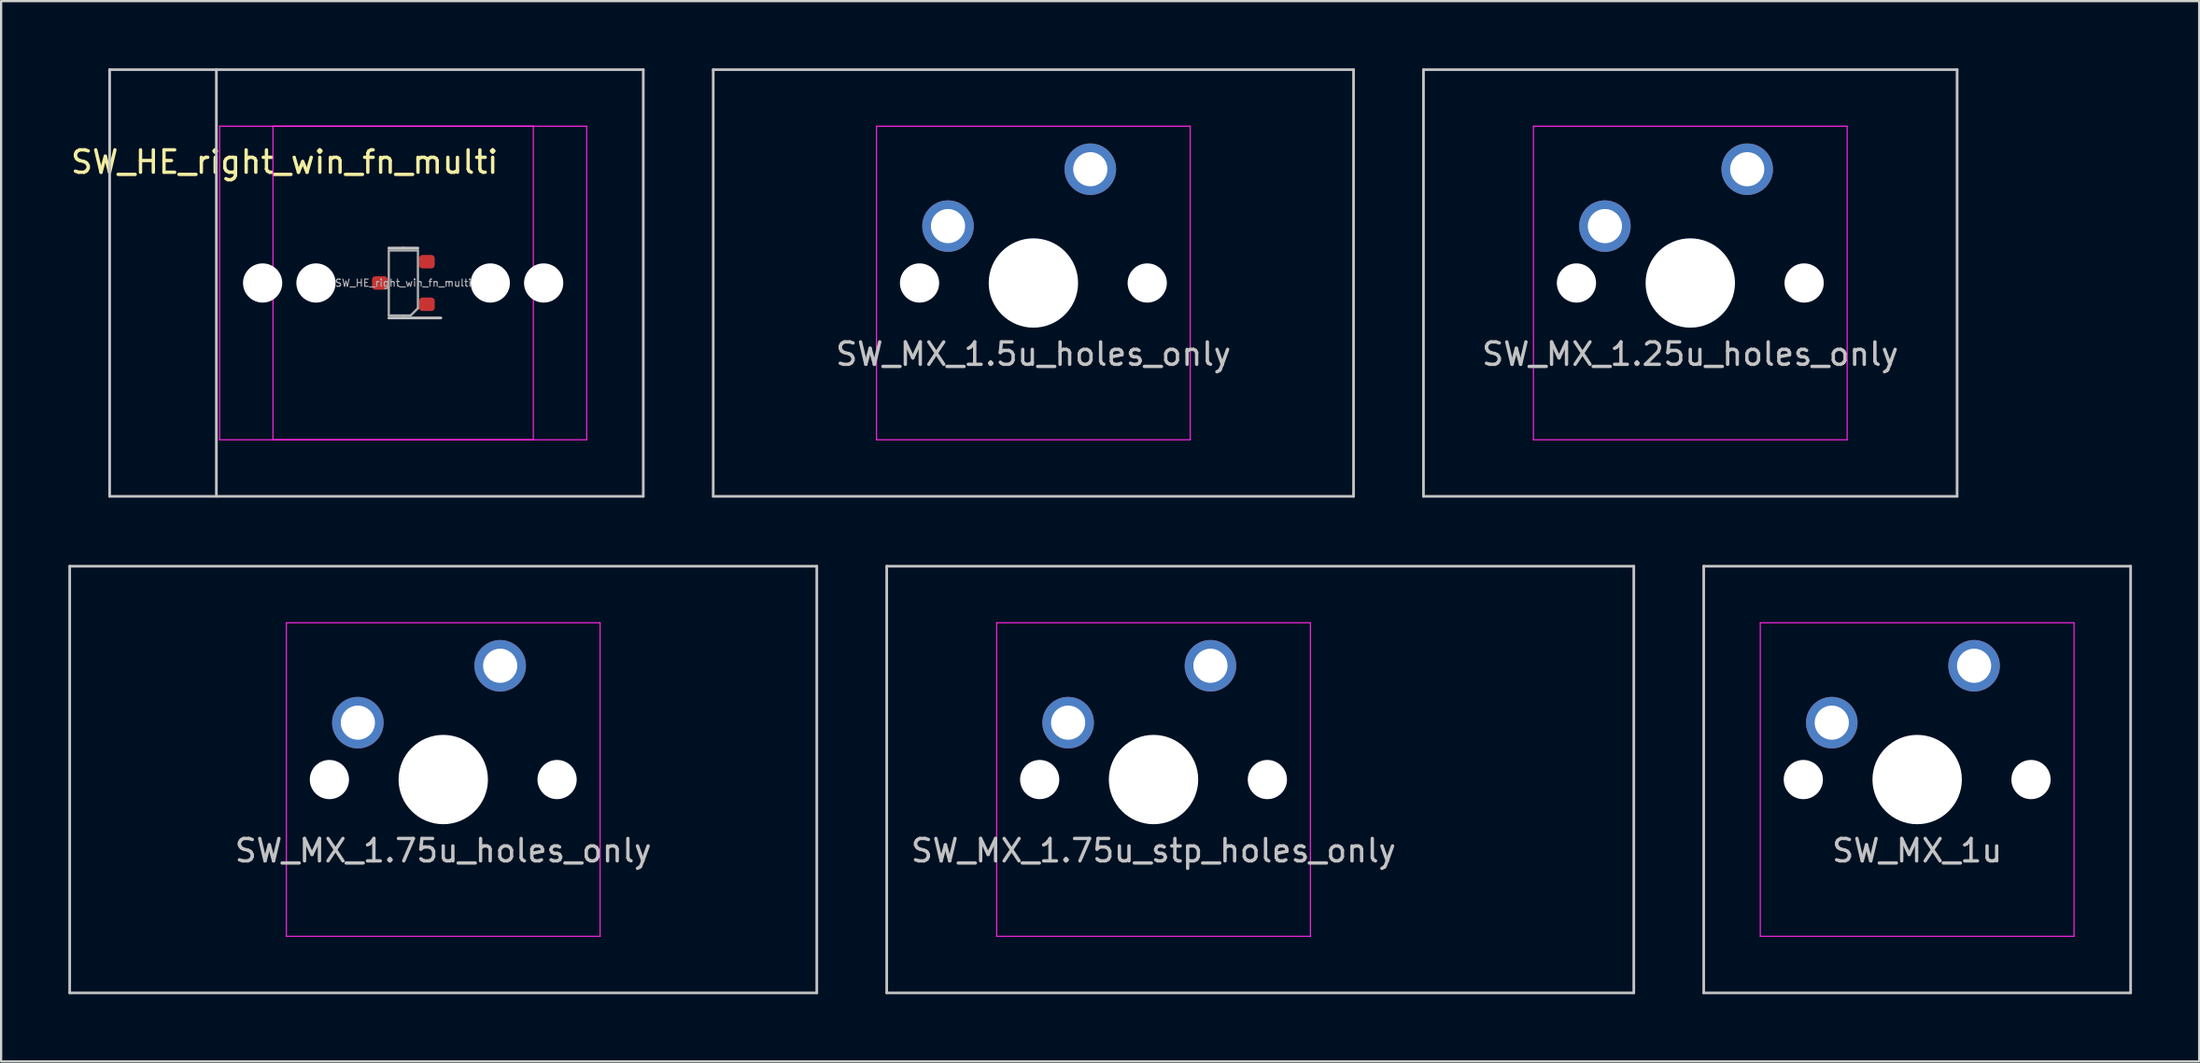
<source format=kicad_pcb>
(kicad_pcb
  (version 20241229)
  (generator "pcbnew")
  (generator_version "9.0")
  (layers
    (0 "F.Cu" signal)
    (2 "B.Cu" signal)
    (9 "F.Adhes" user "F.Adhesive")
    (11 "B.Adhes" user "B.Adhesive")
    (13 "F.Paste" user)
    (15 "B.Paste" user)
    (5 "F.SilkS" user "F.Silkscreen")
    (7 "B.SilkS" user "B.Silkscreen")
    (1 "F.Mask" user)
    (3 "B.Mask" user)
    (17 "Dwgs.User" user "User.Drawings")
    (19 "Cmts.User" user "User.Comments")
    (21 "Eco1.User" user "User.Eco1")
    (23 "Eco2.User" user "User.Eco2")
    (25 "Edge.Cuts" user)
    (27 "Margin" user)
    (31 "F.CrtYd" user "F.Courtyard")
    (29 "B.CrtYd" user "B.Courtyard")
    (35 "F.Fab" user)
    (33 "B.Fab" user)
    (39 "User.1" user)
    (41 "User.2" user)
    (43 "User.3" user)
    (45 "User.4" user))
  (footprint "SW_HE_right_win_fn_multi"
    (layer "F.Cu")
    (at 13.749 9.585)
    (property "Reference" "SW_HE_right_win_fn_multi" (at -4.1 -5.4 0) (layer "F.SilkS") (effects (font (size 1 1) (thickness 0.15))))
    (attr through_hole exclude_from_pos_files exclude_from_bom)
    (fp_line (start -11.906 -9.525) (end -11.906 9.525) (stroke (width 0.12) (type solid)) (layer "Dwgs.User"))
    (fp_line (start -11.906 9.525) (end 11.906 9.525) (stroke (width 0.12) (type solid)) (layer "Dwgs.User"))
    (fp_line (start -7.144 -9.525) (end -7.144 9.525) (stroke (width 0.12) (type solid)) (layer "Dwgs.User"))
    (fp_line (start 1.2 -1.56) (end 0.55 -1.56) (stroke (width 0.12) (type solid)) (layer "Dwgs.User"))
    (fp_line (start 1.2 -1.56) (end 1.85 -1.56) (stroke (width 0.12) (type solid)) (layer "Dwgs.User"))
    (fp_line (start 1.2 1.56) (end 0.55 1.56) (stroke (width 0.12) (type solid)) (layer "Dwgs.User"))
    (fp_line (start 1.2 1.56) (end 2.875 1.56) (stroke (width 0.12) (type solid)) (layer "Dwgs.User"))
    (fp_line (start 11.906 -9.525) (end -11.906 -9.525) (stroke (width 0.12) (type solid)) (layer "Dwgs.User"))
    (fp_line (start 11.906 9.525) (end 11.906 -9.525) (stroke (width 0.12) (type solid)) (layer "Dwgs.User"))
    (fp_line (start -7 6.5) (end -7 -6.5) (stroke (width 0.05) (type solid)) (layer "Eco2.User"))
    (fp_line (start -6.5 -7) (end 6.5 -7) (stroke (width 0.05) (type solid)) (layer "Eco2.User"))
    (fp_line (start -4.619 6.5) (end -4.619 -6.5) (stroke (width 0.05) (type solid)) (layer "Eco2.User"))
    (fp_line (start -4.119 -7) (end 8.881 -7) (stroke (width 0.05) (type solid)) (layer "Eco2.User"))
    (fp_line (start 6.5 7) (end -6.5 7) (stroke (width 0.05) (type solid)) (layer "Eco2.User"))
    (fp_line (start 7 -6.5) (end 7 6.5) (stroke (width 0.05) (type solid)) (layer "Eco2.User"))
    (fp_line (start 8.881 7) (end -4.119 7) (stroke (width 0.05) (type solid)) (layer "Eco2.User"))
    (fp_line (start 9.381 -6.5) (end 9.381 6.5) (stroke (width 0.05) (type solid)) (layer "Eco2.User"))
    (fp_arc (start -7 -6.5) (mid -6.853553 -6.853553) (end -6.5 -7) (stroke (width 0.05) (type solid)) (layer "Eco2.User"))
    (fp_arc (start -6.5 7) (mid -6.853553 6.853553) (end -7 6.5) (stroke (width 0.05) (type solid)) (layer "Eco2.User"))
    (fp_arc (start -4.61875 -6.5) (mid -4.472303 -6.853553) (end -4.11875 -7) (stroke (width 0.05) (type solid)) (layer "Eco2.User"))
    (fp_arc (start -4.11875 7) (mid -4.472303 6.853553) (end -4.61875 6.5) (stroke (width 0.05) (type solid)) (layer "Eco2.User"))
    (fp_arc (start 6.5 -7) (mid 6.853524 -6.853524) (end 7 -6.5) (stroke (width 0.05) (type solid)) (layer "Eco2.User"))
    (fp_arc (start 6.997236 6.498884) (mid 6.850794 6.852443) (end 6.497236 6.998884) (stroke (width 0.05) (type solid)) (layer "Eco2.User"))
    (fp_arc (start 8.88125 -7) (mid 9.234803 -6.853553) (end 9.38125 -6.5) (stroke (width 0.05) (type solid)) (layer "Eco2.User"))
    (fp_arc (start 9.378486 6.498884) (mid 9.232041 6.852425) (end 8.878486 6.998884) (stroke (width 0.05) (type solid)) (layer "Eco2.User"))
    (fp_line (start -7 -7) (end -7 7) (stroke (width 0.05) (type solid)) (layer "F.CrtYd"))
    (fp_line (start -7 7) (end 7 7) (stroke (width 0.05) (type solid)) (layer "F.CrtYd"))
    (fp_line (start -4.619 -7) (end -4.619 7) (stroke (width 0.05) (type solid)) (layer "F.CrtYd"))
    (fp_line (start -4.619 7) (end 9.381 7) (stroke (width 0.05) (type solid)) (layer "F.CrtYd"))
    (fp_line (start 7 -7) (end -7 -7) (stroke (width 0.05) (type solid)) (layer "F.CrtYd"))
    (fp_line (start 7 7) (end 7 -7) (stroke (width 0.05) (type solid)) (layer "F.CrtYd"))
    (fp_line (start 9.381 -7) (end -4.619 -7) (stroke (width 0.05) (type solid)) (layer "F.CrtYd"))
    (fp_line (start 9.381 7) (end 9.381 -7) (stroke (width 0.05) (type solid)) (layer "F.CrtYd"))
    (fp_line (start 0.55 -1.45) (end 1.85 -1.45) (stroke (width 0.1) (type solid)) (layer "F.Fab"))
    (fp_line (start 0.55 1.45) (end 0.55 -1.45) (stroke (width 0.1) (type solid)) (layer "F.Fab"))
    (fp_line (start 1.525 1.45) (end 0.55 1.45) (stroke (width 0.1) (type solid)) (layer "F.Fab"))
    (fp_line (start 1.85 -1.45) (end 1.85 1.125) (stroke (width 0.1) (type solid)) (layer "F.Fab"))
    (fp_line (start 1.85 1.125) (end 1.525 1.45) (stroke (width 0.1) (type solid)) (layer "F.Fab"))
    (fp_text user "${REFERENCE}" (at 1.2 0 180) (layer "F.Fab") (effects (font (size 0.32 0.32) (thickness 0.05))))
    (pad "" np_thru_hole circle (at -5.08 0) (size 1.75 1.75) (drill 1.75) (layers "*.Cu" "*.Mask"))
    (pad "" np_thru_hole circle (at -2.699 0) (size 1.75 1.75) (drill 1.75) (layers "*.Cu" "*.Mask"))
    (pad "" np_thru_hole circle (at 5.08 0) (size 1.75 1.75) (drill 1.75) (layers "*.Cu" "*.Mask"))
    (pad "" np_thru_hole circle (at 7.461 0) (size 1.75 1.75) (drill 1.75) (layers "*.Cu" "*.Mask"))
    (pad "1" smd roundrect (at 2.25 0.95 180) (size 0.7 0.6) (layers "F.Cu" "F.Mask" "F.Paste") (roundrect_rratio 0.25))
    (pad "2" smd roundrect (at 0.15 0 180) (size 0.7 0.6) (layers "F.Cu" "F.Mask" "F.Paste") (roundrect_rratio 0.25))
    (pad "3" smd roundrect (at 2.25 -0.95 180) (size 0.7 0.6) (layers "F.Cu" "F.Mask" "F.Paste") (roundrect_rratio 0.25))
    (zone (net_name "") (layers "F.Cu" "Dwgs.User") (hatch edge 0.508) (connect_pads) (min_thickness 0.254) (filled_areas_thickness no) (keepout (tracks allowed) (vias allowed) (pads allowed) (copperpour not_allowed) (footprints allowed)) (placement (enabled no)) (fill (island_removal_mode 2) (island_area_min 10)) (polygon (pts (xy 13.401 9.085) (xy 13.381 9.087) (xy 13.353 9.115) (xy 13.351 9.135) (xy 13.351 10.035) (xy 13.353 10.055) (xy 13.381 10.083) (xy 13.401 10.085) (xy 14.001 10.085) (xy 14.021 10.087) (xy 14.049 10.115) (xy 14.051 10.135) (xy 14.051 11.235) (xy 14.053 11.255) (xy 14.081 11.283) (xy 14.101 11.285) (xy 15.801 11.285) (xy 15.821 11.28) (xy 15.848 11.255) (xy 15.851 11.235) (xy 15.851 11.085) (xy 15.853 11.065) (xy 15.881 11.036) (xy 15.901 11.035) (xy 16.501 11.035) (xy 16.521 11.033) (xy 16.549 11.005) (xy 16.551 10.985) (xy 16.551 10.085) (xy 16.549 10.065) (xy 16.521 10.037) (xy 16.501 10.035) (xy 15.901 10.035) (xy 15.881 10.033) (xy 15.853 10.005) (xy 15.851 9.985) (xy 15.851 9.185) (xy 15.853 9.165) (xy 15.881 9.137) (xy 15.901 9.135) (xy 16.501 9.135) (xy 16.521 9.133) (xy 16.549 9.105) (xy 16.551 9.085) (xy 16.551 8.185) (xy 16.549 8.165) (xy 16.521 8.137) (xy 16.501 8.135) (xy 15.901 8.135) (xy 15.881 8.133) (xy 15.853 8.105) (xy 15.851 8.085) (xy 15.851 7.935) (xy 15.849 7.915) (xy 15.821 7.887) (xy 15.801 7.885) (xy 14.101 7.885) (xy 14.081 7.887) (xy 14.053 7.915) (xy 14.051 7.935) (xy 14.051 9.035) (xy 14.049 9.055) (xy 14.021 9.083) (xy 14.001 9.085)))))
  (footprint "SW_MX_1.25u_holes_only"
    (layer "F.Cu")
    (at 72.376 9.585)
    (property "Reference" "SW_MX_1.25u_holes_only" (at 0 3.175 0) (layer "Dwgs.User") (effects (font (size 1 1) (thickness 0.15))))
    (attr through_hole exclude_from_pos_files exclude_from_bom)
    (fp_line (start -11.906 -9.525) (end -11.906 9.525) (stroke (width 0.12) (type solid)) (layer "Dwgs.User"))
    (fp_line (start -11.906 9.525) (end 11.906 9.525) (stroke (width 0.12) (type solid)) (layer "Dwgs.User"))
    (fp_line (start 11.906 -9.525) (end -11.906 -9.525) (stroke (width 0.12) (type solid)) (layer "Dwgs.User"))
    (fp_line (start 11.906 9.525) (end 11.906 -9.525) (stroke (width 0.12) (type solid)) (layer "Dwgs.User"))
    (fp_line (start -7 6.5) (end -7 -6.5) (stroke (width 0.05) (type solid)) (layer "Eco2.User"))
    (fp_line (start -6.5 -7) (end 6.5 -7) (stroke (width 0.05) (type solid)) (layer "Eco2.User"))
    (fp_line (start 6.5 7) (end -6.5 7) (stroke (width 0.05) (type solid)) (layer "Eco2.User"))
    (fp_line (start 7 -6.5) (end 7 6.5) (stroke (width 0.05) (type solid)) (layer "Eco2.User"))
    (fp_arc (start -7 -6.5) (mid -6.853553 -6.853553) (end -6.5 -7) (stroke (width 0.05) (type solid)) (layer "Eco2.User"))
    (fp_arc (start -6.5 7) (mid -6.853553 6.853553) (end -7 6.5) (stroke (width 0.05) (type solid)) (layer "Eco2.User"))
    (fp_arc (start 6.5 -7) (mid 6.853553 -6.853553) (end 7 -6.5) (stroke (width 0.05) (type solid)) (layer "Eco2.User"))
    (fp_arc (start 6.997236 6.498884) (mid 6.850789 6.852437) (end 6.497236 6.998884) (stroke (width 0.05) (type solid)) (layer "Eco2.User"))
    (fp_line (start -7 -7) (end -7 7) (stroke (width 0.05) (type solid)) (layer "F.CrtYd"))
    (fp_line (start -7 7) (end 7 7) (stroke (width 0.05) (type solid)) (layer "F.CrtYd"))
    (fp_line (start 7 -7) (end -7 -7) (stroke (width 0.05) (type solid)) (layer "F.CrtYd"))
    (fp_line (start 7 7) (end 7 -7) (stroke (width 0.05) (type solid)) (layer "F.CrtYd"))
    (pad "" np_thru_hole circle (at -5.08 0) (size 1.75 1.75) (drill 1.75) (layers "*.Cu" "*.Mask"))
    (pad "" np_thru_hole circle (at 0 0) (size 3.988 3.988) (drill 3.988) (layers "*.Cu" "*.Mask"))
    (pad "" np_thru_hole circle (at 5.08 0) (size 1.75 1.75) (drill 1.75) (layers "*.Cu" "*.Mask"))
    (pad "1" thru_hole circle (at -3.81 -2.54) (size 2.3 2.3) (drill 1.524) (layers "*.Cu" "B.Mask"))
    (pad "2" thru_hole circle (at 2.54 -5.08) (size 2.3 2.3) (drill 1.524) (layers "*.Cu" "B.Mask")))
  (footprint "SW_MX_1.5u_holes_only"
    (layer "F.Cu")
    (at 43.063 9.585)
    (property "Reference" "SW_MX_1.5u_holes_only" (at 0 3.175 0) (layer "Dwgs.User") (effects (font (size 1 1) (thickness 0.15))))
    (attr through_hole exclude_from_pos_files exclude_from_bom)
    (fp_line (start -14.287 -9.525) (end -14.287 9.525) (stroke (width 0.12) (type solid)) (layer "Dwgs.User"))
    (fp_line (start -14.287 9.525) (end 14.287 9.525) (stroke (width 0.12) (type solid)) (layer "Dwgs.User"))
    (fp_line (start 14.287 -9.525) (end -14.287 -9.525) (stroke (width 0.12) (type solid)) (layer "Dwgs.User"))
    (fp_line (start 14.287 9.525) (end 14.287 -9.525) (stroke (width 0.12) (type solid)) (layer "Dwgs.User"))
    (fp_line (start -7 6.5) (end -7 -6.5) (stroke (width 0.05) (type solid)) (layer "Eco2.User"))
    (fp_line (start -6.5 -7) (end 6.5 -7) (stroke (width 0.05) (type solid)) (layer "Eco2.User"))
    (fp_line (start 6.5 7) (end -6.5 7) (stroke (width 0.05) (type solid)) (layer "Eco2.User"))
    (fp_line (start 7 -6.5) (end 7 6.5) (stroke (width 0.05) (type solid)) (layer "Eco2.User"))
    (fp_arc (start -7 -6.5) (mid -6.853553 -6.853553) (end -6.5 -7) (stroke (width 0.05) (type solid)) (layer "Eco2.User"))
    (fp_arc (start -6.5 7) (mid -6.853553 6.853553) (end -7 6.5) (stroke (width 0.05) (type solid)) (layer "Eco2.User"))
    (fp_arc (start 6.5 -7) (mid 6.853553 -6.853553) (end 7 -6.5) (stroke (width 0.05) (type solid)) (layer "Eco2.User"))
    (fp_arc (start 6.997236 6.498884) (mid 6.850789 6.852437) (end 6.497236 6.998884) (stroke (width 0.05) (type solid)) (layer "Eco2.User"))
    (fp_line (start -7 -7) (end -7 7) (stroke (width 0.05) (type solid)) (layer "F.CrtYd"))
    (fp_line (start -7 7) (end 7 7) (stroke (width 0.05) (type solid)) (layer "F.CrtYd"))
    (fp_line (start 7 -7) (end -7 -7) (stroke (width 0.05) (type solid)) (layer "F.CrtYd"))
    (fp_line (start 7 7) (end 7 -7) (stroke (width 0.05) (type solid)) (layer "F.CrtYd"))
    (pad "" np_thru_hole circle (at -5.08 0) (size 1.75 1.75) (drill 1.75) (layers "*.Cu" "*.Mask"))
    (pad "" np_thru_hole circle (at 0 0) (size 3.988 3.988) (drill 3.988) (layers "*.Cu" "*.Mask"))
    (pad "" np_thru_hole circle (at 5.08 0) (size 1.75 1.75) (drill 1.75) (layers "*.Cu" "*.Mask"))
    (pad "1" thru_hole circle (at -3.81 -2.54) (size 2.3 2.3) (drill 1.524) (layers "*.Cu" "B.Mask"))
    (pad "2" thru_hole circle (at 2.54 -5.08) (size 2.3 2.3) (drill 1.524) (layers "*.Cu" "B.Mask")))
  (footprint "SW_MX_1.75u_stp_holes_only"
    (layer "F.Cu")
    (at 48.424 31.755)
    (property "Reference" "SW_MX_1.75u_stp_holes_only" (at 0 3.175 0) (layer "Dwgs.User") (effects (font (size 1 1) (thickness 0.15))))
    (attr through_hole exclude_from_pos_files exclude_from_bom)
    (fp_line (start -11.906 -9.525) (end -11.906 9.525) (stroke (width 0.12) (type solid)) (layer "Dwgs.User"))
    (fp_line (start -11.906 9.525) (end 21.431 9.525) (stroke (width 0.12) (type solid)) (layer "Dwgs.User"))
    (fp_line (start 21.431 -9.525) (end -11.906 -9.525) (stroke (width 0.12) (type solid)) (layer "Dwgs.User"))
    (fp_line (start 21.431 9.525) (end 21.431 -9.525) (stroke (width 0.12) (type solid)) (layer "Dwgs.User"))
    (fp_line (start -7 6.5) (end -7 -6.5) (stroke (width 0.05) (type solid)) (layer "Eco2.User"))
    (fp_line (start -6.5 -7) (end 6.5 -7) (stroke (width 0.05) (type solid)) (layer "Eco2.User"))
    (fp_line (start 6.5 7) (end -6.5 7) (stroke (width 0.05) (type solid)) (layer "Eco2.User"))
    (fp_line (start 7 -6.5) (end 7 6.5) (stroke (width 0.05) (type solid)) (layer "Eco2.User"))
    (fp_arc (start -7 -6.5) (mid -6.853553 -6.853553) (end -6.5 -7) (stroke (width 0.05) (type solid)) (layer "Eco2.User"))
    (fp_arc (start -6.5 7) (mid -6.853553 6.853553) (end -7 6.5) (stroke (width 0.05) (type solid)) (layer "Eco2.User"))
    (fp_arc (start 6.5 -7) (mid 6.853553 -6.853553) (end 7 -6.5) (stroke (width 0.05) (type solid)) (layer "Eco2.User"))
    (fp_arc (start 6.997236 6.498884) (mid 6.850789 6.852437) (end 6.497236 6.998884) (stroke (width 0.05) (type solid)) (layer "Eco2.User"))
    (fp_line (start -7 -7) (end -7 7) (stroke (width 0.05) (type solid)) (layer "F.CrtYd"))
    (fp_line (start -7 7) (end 7 7) (stroke (width 0.05) (type solid)) (layer "F.CrtYd"))
    (fp_line (start 7 -7) (end -7 -7) (stroke (width 0.05) (type solid)) (layer "F.CrtYd"))
    (fp_line (start 7 7) (end 7 -7) (stroke (width 0.05) (type solid)) (layer "F.CrtYd"))
    (pad "" np_thru_hole circle (at -5.08 0) (size 1.75 1.75) (drill 1.75) (layers "*.Cu" "*.Mask"))
    (pad "" np_thru_hole circle (at 0 0) (size 3.988 3.988) (drill 3.988) (layers "*.Cu" "*.Mask"))
    (pad "" np_thru_hole circle (at 5.08 0) (size 1.75 1.75) (drill 1.75) (layers "*.Cu" "*.Mask"))
    (pad "1" thru_hole circle (at -3.81 -2.54) (size 2.3 2.3) (drill 1.524) (layers "*.Cu" "B.Mask"))
    (pad "2" thru_hole circle (at 2.54 -5.08) (size 2.3 2.3) (drill 1.524) (layers "*.Cu" "B.Mask")))
  (footprint "SW_MX_1.75u_holes_only"
    (layer "F.Cu")
    (at 16.729 31.755)
    (property "Reference" "SW_MX_1.75u_holes_only" (at 0 3.175 0) (layer "Dwgs.User") (effects (font (size 1 1) (thickness 0.15))))
    (attr through_hole exclude_from_pos_files exclude_from_bom)
    (fp_line (start -16.669 -9.525) (end -16.669 9.525) (stroke (width 0.12) (type solid)) (layer "Dwgs.User"))
    (fp_line (start -16.669 9.525) (end 16.669 9.525) (stroke (width 0.12) (type solid)) (layer "Dwgs.User"))
    (fp_line (start 16.669 -9.525) (end -16.669 -9.525) (stroke (width 0.12) (type solid)) (layer "Dwgs.User"))
    (fp_line (start 16.669 9.525) (end 16.669 -9.525) (stroke (width 0.12) (type solid)) (layer "Dwgs.User"))
    (fp_line (start -7 6.5) (end -7 -6.5) (stroke (width 0.05) (type solid)) (layer "Eco2.User"))
    (fp_line (start -6.5 -7) (end 6.5 -7) (stroke (width 0.05) (type solid)) (layer "Eco2.User"))
    (fp_line (start 6.5 7) (end -6.5 7) (stroke (width 0.05) (type solid)) (layer "Eco2.User"))
    (fp_line (start 7 -6.5) (end 7 6.5) (stroke (width 0.05) (type solid)) (layer "Eco2.User"))
    (fp_arc (start -7 -6.5) (mid -6.853553 -6.853553) (end -6.5 -7) (stroke (width 0.05) (type solid)) (layer "Eco2.User"))
    (fp_arc (start -6.5 7) (mid -6.853553 6.853553) (end -7 6.5) (stroke (width 0.05) (type solid)) (layer "Eco2.User"))
    (fp_arc (start 6.5 -7) (mid 6.853553 -6.853553) (end 7 -6.5) (stroke (width 0.05) (type solid)) (layer "Eco2.User"))
    (fp_arc (start 6.997236 6.498884) (mid 6.850789 6.852437) (end 6.497236 6.998884) (stroke (width 0.05) (type solid)) (layer "Eco2.User"))
    (fp_line (start -7 -7) (end -7 7) (stroke (width 0.05) (type solid)) (layer "F.CrtYd"))
    (fp_line (start -7 7) (end 7 7) (stroke (width 0.05) (type solid)) (layer "F.CrtYd"))
    (fp_line (start 7 -7) (end -7 -7) (stroke (width 0.05) (type solid)) (layer "F.CrtYd"))
    (fp_line (start 7 7) (end 7 -7) (stroke (width 0.05) (type solid)) (layer "F.CrtYd"))
    (pad "" np_thru_hole circle (at -5.08 0) (size 1.75 1.75) (drill 1.75) (layers "*.Cu" "*.Mask"))
    (pad "" np_thru_hole circle (at 0 0) (size 3.988 3.988) (drill 3.988) (layers "*.Cu" "*.Mask"))
    (pad "" np_thru_hole circle (at 5.08 0) (size 1.75 1.75) (drill 1.75) (layers "*.Cu" "*.Mask"))
    (pad "1" thru_hole circle (at -3.81 -2.54) (size 2.3 2.3) (drill 1.524) (layers "*.Cu" "B.Mask"))
    (pad "2" thru_hole circle (at 2.54 -5.08) (size 2.3 2.3) (drill 1.524) (layers "*.Cu" "B.Mask")))
  (footprint "SW_MX_1u"
    (layer "F.Cu")
    (at 82.5 31.755)
    (property "Reference" "SW_MX_1u" (at 0 3.175 0) (layer "Dwgs.User") (effects (font (size 1 1) (thickness 0.15))))
    (attr through_hole exclude_from_pos_files exclude_from_bom)
    (fp_line (start -9.525 -9.525) (end -9.525 9.525) (stroke (width 0.12) (type solid)) (layer "Dwgs.User"))
    (fp_line (start -9.525 9.525) (end 9.525 9.525) (stroke (width 0.12) (type solid)) (layer "Dwgs.User"))
    (fp_line (start 9.525 -9.525) (end -9.525 -9.525) (stroke (width 0.12) (type solid)) (layer "Dwgs.User"))
    (fp_line (start 9.525 9.525) (end 9.525 -9.525) (stroke (width 0.12) (type solid)) (layer "Dwgs.User"))
    (fp_line (start -7 6.5) (end -7 -6.5) (stroke (width 0.05) (type solid)) (layer "Eco2.User"))
    (fp_line (start -6.5 -7) (end 6.5 -7) (stroke (width 0.05) (type solid)) (layer "Eco2.User"))
    (fp_line (start 6.5 7) (end -6.5 7) (stroke (width 0.05) (type solid)) (layer "Eco2.User"))
    (fp_line (start 7 -6.5) (end 7 6.5) (stroke (width 0.05) (type solid)) (layer "Eco2.User"))
    (fp_arc (start -7 -6.5) (mid -6.853553 -6.853553) (end -6.5 -7) (stroke (width 0.05) (type solid)) (layer "Eco2.User"))
    (fp_arc (start -6.5 7) (mid -6.853553 6.853553) (end -7 6.5) (stroke (width 0.05) (type solid)) (layer "Eco2.User"))
    (fp_arc (start 6.5 -7) (mid 6.853553 -6.853553) (end 7 -6.5) (stroke (width 0.05) (type solid)) (layer "Eco2.User"))
    (fp_arc (start 6.997236 6.498884) (mid 6.850789 6.852437) (end 6.497236 6.998884) (stroke (width 0.05) (type solid)) (layer "Eco2.User"))
    (fp_line (start -7 -7) (end -7 7) (stroke (width 0.05) (type solid)) (layer "F.CrtYd"))
    (fp_line (start -7 7) (end 7 7) (stroke (width 0.05) (type solid)) (layer "F.CrtYd"))
    (fp_line (start 7 -7) (end -7 -7) (stroke (width 0.05) (type solid)) (layer "F.CrtYd"))
    (fp_line (start 7 7) (end 7 -7) (stroke (width 0.05) (type solid)) (layer "F.CrtYd"))
    (pad "" np_thru_hole circle (at -5.08 0) (size 1.75 1.75) (drill 1.75) (layers "*.Cu" "*.Mask"))
    (pad "" np_thru_hole circle (at 0 0) (size 3.988 3.988) (drill 3.988) (layers "*.Cu" "*.Mask"))
    (pad "" np_thru_hole circle (at 5.08 0) (size 1.75 1.75) (drill 1.75) (layers "*.Cu" "*.Mask"))
    (pad "1" thru_hole circle (at -3.81 -2.54) (size 2.3 2.3) (drill 1.524) (layers "*.Cu" "B.Mask"))
    (pad "2" thru_hole circle (at 2.54 -5.08) (size 2.3 2.3) (drill 1.524) (layers "*.Cu" "B.Mask")))
  (gr_rect
    (start -3 -3)
    (end 95.085 44.34)
    (stroke (width 0.1) (type default))
    (fill no)
    (layer "Edge.Cuts")))
</source>
